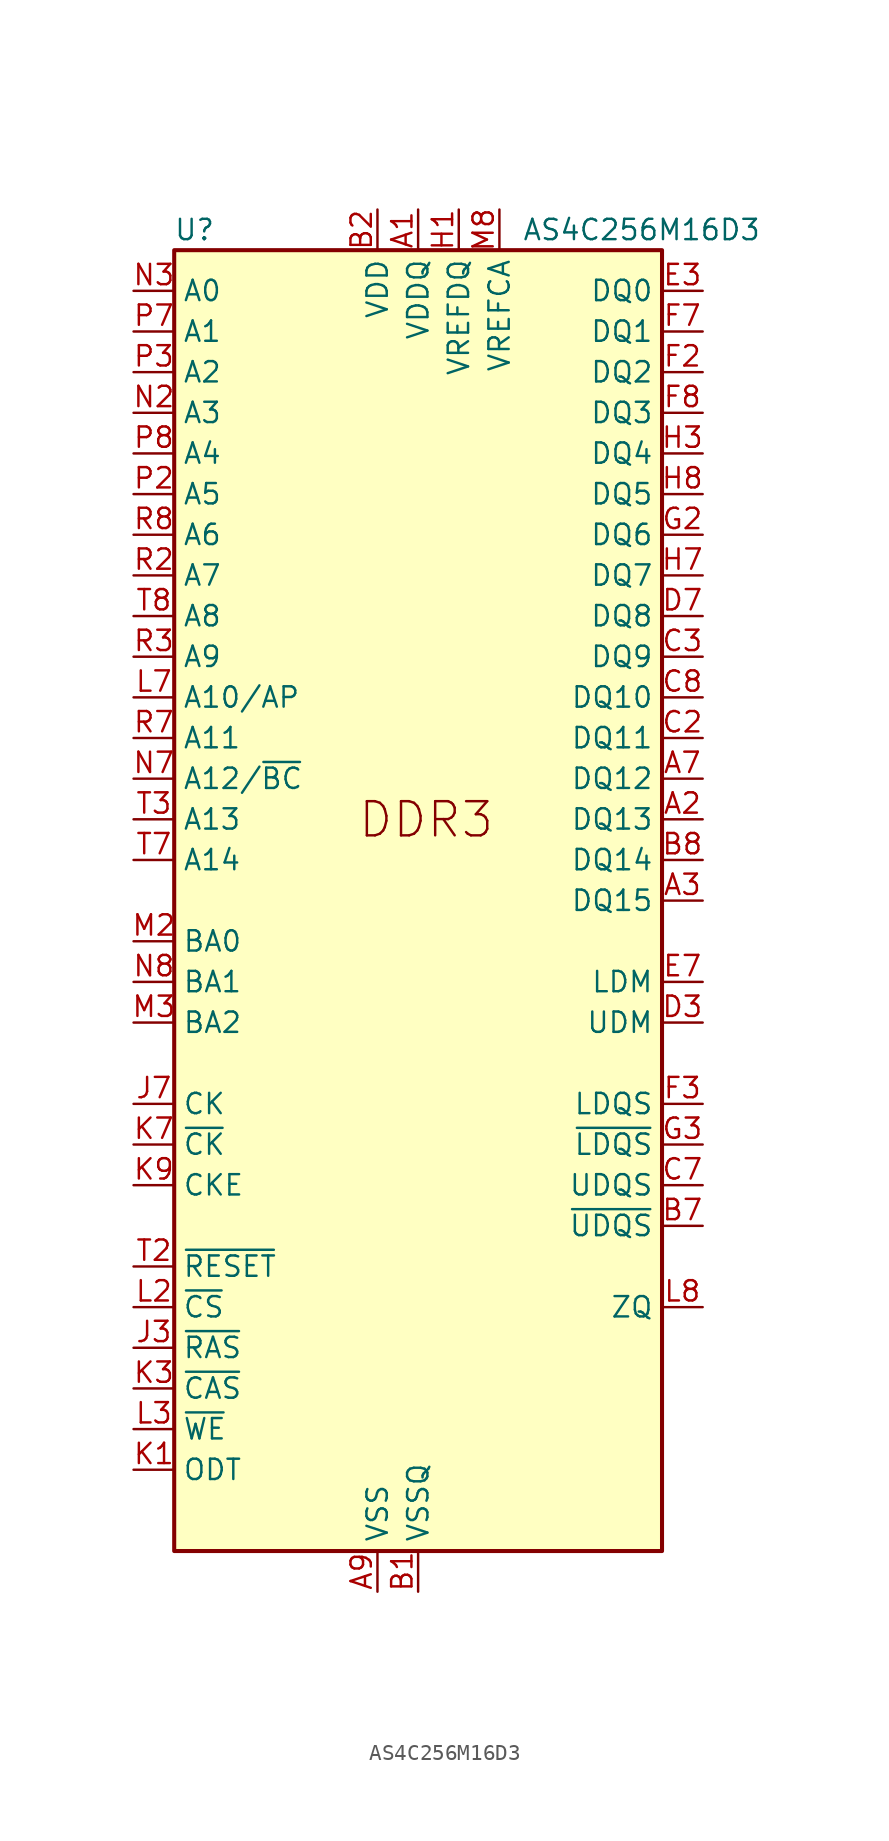
<source format=kicad_sym>
(kicad_symbol_lib
  (version 20201005)
  (generator kicad_symbol_editor)
  (symbol "Memory_RAM:AS4C256M16D3"
    (property "Reference" "U"
      (at -13.97 41.91 0)
      (effects (font (size 1.27 1.27))))
    (property "Value" "AS4C256M16D3"
      (at 13.97 41.91 0)
      (effects (font (size 1.27 1.27))))
    (symbol "AS4C256M16D3_0_1"
      (rectangle (start -15.24 -40.64) (end 15.24 40.64) (stroke (width 0.254)) (fill (type background)))
      (pin power_in line (at 0 43.18 270) (length 2.54) (name "VDDQ" (effects (font (size 1.27 1.27)))) (number "A1" (effects (font (size 1.27 1.27)))))
      (pin passive line (at 0 43.18 270) (length 2.54) hide (name "VDDQ" (effects (font (size 1.27 1.27)))) (number "A8" (effects (font (size 1.27 1.27)))))
      (pin power_in line (at -2.54 -43.18 90) (length 2.54) (name "VSS" (effects (font (size 1.27 1.27)))) (number "A9" (effects (font (size 1.27 1.27)))))
      (pin power_in line (at 0 -43.18 90) (length 2.54) (name "VSSQ" (effects (font (size 1.27 1.27)))) (number "B1" (effects (font (size 1.27 1.27)))))
      (pin power_in line (at -2.54 43.18 270) (length 2.54) (name "VDD" (effects (font (size 1.27 1.27)))) (number "B2" (effects (font (size 1.27 1.27)))))
      (pin passive line (at -2.54 -43.18 90) (length 2.54) hide (name "VSS" (effects (font (size 1.27 1.27)))) (number "B3" (effects (font (size 1.27 1.27)))))
      (pin passive line (at 0 -43.18 90) (length 2.54) hide (name "VSSQ" (effects (font (size 1.27 1.27)))) (number "B9" (effects (font (size 1.27 1.27)))))
      (pin passive line (at 0 43.18 270) (length 2.54) hide (name "VDDQ" (effects (font (size 1.27 1.27)))) (number "C1" (effects (font (size 1.27 1.27)))))
      (pin passive line (at 0 43.18 270) (length 2.54) hide (name "VDDQ" (effects (font (size 1.27 1.27)))) (number "C9" (effects (font (size 1.27 1.27)))))
      (pin passive line (at 0 -43.18 90) (length 2.54) hide (name "VSSQ" (effects (font (size 1.27 1.27)))) (number "D1" (effects (font (size 1.27 1.27)))))
      (pin passive line (at 0 43.18 270) (length 2.54) hide (name "VDDQ" (effects (font (size 1.27 1.27)))) (number "D2" (effects (font (size 1.27 1.27)))))
      (pin passive line (at 0 -43.18 90) (length 2.54) hide (name "VSSQ" (effects (font (size 1.27 1.27)))) (number "D8" (effects (font (size 1.27 1.27)))))
      (pin passive line (at -2.54 43.18 270) (length 2.54) hide (name "VDD" (effects (font (size 1.27 1.27)))) (number "D9" (effects (font (size 1.27 1.27)))))
      (pin passive line (at -2.54 -43.18 90) (length 2.54) hide (name "VSS" (effects (font (size 1.27 1.27)))) (number "E1" (effects (font (size 1.27 1.27)))))
      (pin passive line (at 0 -43.18 90) (length 2.54) hide (name "VSSQ" (effects (font (size 1.27 1.27)))) (number "E2" (effects (font (size 1.27 1.27)))))
      (pin bidirectional line (at 17.78 38.1 180) (length 2.54) (name "DQ0" (effects (font (size 1.27 1.27)))) (number "E3" (effects (font (size 1.27 1.27)))))
      (pin passive line (at 0 -43.18 90) (length 2.54) hide (name "VSSQ" (effects (font (size 1.27 1.27)))) (number "E8" (effects (font (size 1.27 1.27)))))
      (pin passive line (at 0 43.18 270) (length 2.54) hide (name "VDDQ" (effects (font (size 1.27 1.27)))) (number "E9" (effects (font (size 1.27 1.27)))))
      (pin passive line (at 0 43.18 270) (length 2.54) hide (name "VDDQ" (effects (font (size 1.27 1.27)))) (number "F1" (effects (font (size 1.27 1.27)))))
      (pin bidirectional line (at 17.78 33.02 180) (length 2.54) (name "DQ2" (effects (font (size 1.27 1.27)))) (number "F2" (effects (font (size 1.27 1.27)))))
      (pin bidirectional line (at 17.78 35.56 180) (length 2.54) (name "DQ1" (effects (font (size 1.27 1.27)))) (number "F7" (effects (font (size 1.27 1.27)))))
      (pin bidirectional line (at 17.78 30.48 180) (length 2.54) (name "DQ3" (effects (font (size 1.27 1.27)))) (number "F8" (effects (font (size 1.27 1.27)))))
      (pin passive line (at 0 -43.18 90) (length 2.54) hide (name "VSSQ" (effects (font (size 1.27 1.27)))) (number "F9" (effects (font (size 1.27 1.27)))))
      (pin passive line (at 0 -43.18 90) (length 2.54) hide (name "VSSQ" (effects (font (size 1.27 1.27)))) (number "G1" (effects (font (size 1.27 1.27)))))
      (pin bidirectional line (at 17.78 22.86 180) (length 2.54) (name "DQ6" (effects (font (size 1.27 1.27)))) (number "G2" (effects (font (size 1.27 1.27)))))
      (pin passive line (at -2.54 43.18 270) (length 2.54) hide (name "VDD" (effects (font (size 1.27 1.27)))) (number "G7" (effects (font (size 1.27 1.27)))))
      (pin passive line (at -2.54 -43.18 90) (length 2.54) hide (name "VSS" (effects (font (size 1.27 1.27)))) (number "G8" (effects (font (size 1.27 1.27)))))
      (pin passive line (at 0 -43.18 90) (length 2.54) hide (name "VSSQ" (effects (font (size 1.27 1.27)))) (number "G9" (effects (font (size 1.27 1.27)))))
      (pin power_in line (at 2.54 43.18 270) (length 2.54) (name "VREFDQ" (effects (font (size 1.27 1.27)))) (number "H1" (effects (font (size 1.27 1.27)))))
      (pin passive line (at 0 43.18 270) (length 2.54) hide (name "VDDQ" (effects (font (size 1.27 1.27)))) (number "H2" (effects (font (size 1.27 1.27)))))
      (pin bidirectional line (at 17.78 27.94 180) (length 2.54) (name "DQ4" (effects (font (size 1.27 1.27)))) (number "H3" (effects (font (size 1.27 1.27)))))
      (pin bidirectional line (at 17.78 20.32 180) (length 2.54) (name "DQ7" (effects (font (size 1.27 1.27)))) (number "H7" (effects (font (size 1.27 1.27)))))
      (pin bidirectional line (at 17.78 25.4 180) (length 2.54) (name "DQ5" (effects (font (size 1.27 1.27)))) (number "H8" (effects (font (size 1.27 1.27)))))
      (pin passive line (at 0 43.18 270) (length 2.54) hide (name "VDDQ" (effects (font (size 1.27 1.27)))) (number "H9" (effects (font (size 1.27 1.27)))))
      (pin passive line (at -2.54 -43.18 90) (length 2.54) hide (name "VSS" (effects (font (size 1.27 1.27)))) (number "J2" (effects (font (size 1.27 1.27)))))
      (pin passive line (at -2.54 -43.18 90) (length 2.54) hide (name "VSS" (effects (font (size 1.27 1.27)))) (number "J8" (effects (font (size 1.27 1.27)))))
      (pin passive line (at -2.54 43.18 270) (length 2.54) hide (name "VDD" (effects (font (size 1.27 1.27)))) (number "K2" (effects (font (size 1.27 1.27)))))
      (pin passive line (at -2.54 43.18 270) (length 2.54) hide (name "VDD" (effects (font (size 1.27 1.27)))) (number "K8" (effects (font (size 1.27 1.27)))))
      (pin input line (at -17.78 -25.4 0) (length 2.54) (name "~CS" (effects (font (size 1.27 1.27)))) (number "L2" (effects (font (size 1.27 1.27)))))
      (pin input line (at -17.78 12.7 0) (length 2.54) (name "A10/AP" (effects (font (size 1.27 1.27)))) (number "L7" (effects (font (size 1.27 1.27)))))
      (pin passive line (at -2.54 -43.18 90) (length 2.54) hide (name "VSS" (effects (font (size 1.27 1.27)))) (number "M1" (effects (font (size 1.27 1.27)))))
      (pin passive line (at -2.54 -43.18 90) (length 2.54) hide (name "VSS" (effects (font (size 1.27 1.27)))) (number "M9" (effects (font (size 1.27 1.27)))))
      (pin passive line (at -2.54 43.18 270) (length 2.54) hide (name "VDD" (effects (font (size 1.27 1.27)))) (number "N1" (effects (font (size 1.27 1.27)))))
      (pin input line (at -17.78 30.48 0) (length 2.54) (name "A3" (effects (font (size 1.27 1.27)))) (number "N2" (effects (font (size 1.27 1.27)))))
      (pin input line (at -17.78 38.1 0) (length 2.54) (name "A0" (effects (font (size 1.27 1.27)))) (number "N3" (effects (font (size 1.27 1.27)))))
      (pin input line (at -17.78 7.62 0) (length 2.54) (name "A12/~BC" (effects (font (size 1.27 1.27)))) (number "N7" (effects (font (size 1.27 1.27)))))
      (pin passive line (at -2.54 43.18 270) (length 2.54) hide (name "VDD" (effects (font (size 1.27 1.27)))) (number "N9" (effects (font (size 1.27 1.27)))))
      (pin passive line (at -2.54 -43.18 90) (length 2.54) hide (name "VSS" (effects (font (size 1.27 1.27)))) (number "P1" (effects (font (size 1.27 1.27)))))
      (pin input line (at -17.78 25.4 0) (length 2.54) (name "A5" (effects (font (size 1.27 1.27)))) (number "P2" (effects (font (size 1.27 1.27)))))
      (pin input line (at -17.78 33.02 0) (length 2.54) (name "A2" (effects (font (size 1.27 1.27)))) (number "P3" (effects (font (size 1.27 1.27)))))
      (pin input line (at -17.78 35.56 0) (length 2.54) (name "A1" (effects (font (size 1.27 1.27)))) (number "P7" (effects (font (size 1.27 1.27)))))
      (pin input line (at -17.78 27.94 0) (length 2.54) (name "A4" (effects (font (size 1.27 1.27)))) (number "P8" (effects (font (size 1.27 1.27)))))
      (pin passive line (at -2.54 -43.18 90) (length 2.54) hide (name "VSS" (effects (font (size 1.27 1.27)))) (number "P9" (effects (font (size 1.27 1.27)))))
      (pin passive line (at -2.54 43.18 270) (length 2.54) hide (name "VDD" (effects (font (size 1.27 1.27)))) (number "R1" (effects (font (size 1.27 1.27)))))
      (pin input line (at -17.78 20.32 0) (length 2.54) (name "A7" (effects (font (size 1.27 1.27)))) (number "R2" (effects (font (size 1.27 1.27)))))
      (pin input line (at -17.78 15.24 0) (length 2.54) (name "A9" (effects (font (size 1.27 1.27)))) (number "R3" (effects (font (size 1.27 1.27)))))
      (pin input line (at -17.78 10.16 0) (length 2.54) (name "A11" (effects (font (size 1.27 1.27)))) (number "R7" (effects (font (size 1.27 1.27)))))
      (pin input line (at -17.78 22.86 0) (length 2.54) (name "A6" (effects (font (size 1.27 1.27)))) (number "R8" (effects (font (size 1.27 1.27)))))
      (pin passive line (at -2.54 43.18 270) (length 2.54) hide (name "VDD" (effects (font (size 1.27 1.27)))) (number "R9" (effects (font (size 1.27 1.27)))))
      (pin passive line (at -2.54 -43.18 90) (length 2.54) hide (name "VSS" (effects (font (size 1.27 1.27)))) (number "T1" (effects (font (size 1.27 1.27)))))
      (pin input line (at -17.78 -22.86 0) (length 2.54) (name "~RESET" (effects (font (size 1.27 1.27)))) (number "T2" (effects (font (size 1.27 1.27)))))
      (pin input line (at -17.78 5.08 0) (length 2.54) (name "A13" (effects (font (size 1.27 1.27)))) (number "T3" (effects (font (size 1.27 1.27)))))
      (pin input line (at -17.78 2.54 0) (length 2.54) (name "A14" (effects (font (size 1.27 1.27)))) (number "T7" (effects (font (size 1.27 1.27)))))
      (pin input line (at -17.78 17.78 0) (length 2.54) (name "A8" (effects (font (size 1.27 1.27)))) (number "T8" (effects (font (size 1.27 1.27)))))
      (pin passive line (at -2.54 -43.18 90) (length 2.54) hide (name "VSS" (effects (font (size 1.27 1.27)))) (number "T9" (effects (font (size 1.27 1.27))))))
    (symbol "AS4C256M16D3_1_1"
      (text "DDR3" (at -3.81 3.81 0) (effects (font (size 2.134 2.134)) (justify left bottom)))
      (pin bidirectional line (at 17.78 5.08 180) (length 2.54) (name "DQ13" (effects (font (size 1.27 1.27)))) (number "A2" (effects (font (size 1.27 1.27)))))
      (pin bidirectional line (at 17.78 0 180) (length 2.54) (name "DQ15" (effects (font (size 1.27 1.27)))) (number "A3" (effects (font (size 1.27 1.27)))))
      (pin bidirectional line (at 17.78 7.62 180) (length 2.54) (name "DQ12" (effects (font (size 1.27 1.27)))) (number "A7" (effects (font (size 1.27 1.27)))))
      (pin bidirectional line (at 17.78 -20.32 180) (length 2.54) (name "~UDQS" (effects (font (size 1.27 1.27)))) (number "B7" (effects (font (size 1.27 1.27)))))
      (pin bidirectional line (at 17.78 2.54 180) (length 2.54) (name "DQ14" (effects (font (size 1.27 1.27)))) (number "B8" (effects (font (size 1.27 1.27)))))
      (pin bidirectional line (at 17.78 10.16 180) (length 2.54) (name "DQ11" (effects (font (size 1.27 1.27)))) (number "C2" (effects (font (size 1.27 1.27)))))
      (pin bidirectional line (at 17.78 15.24 180) (length 2.54) (name "DQ9" (effects (font (size 1.27 1.27)))) (number "C3" (effects (font (size 1.27 1.27)))))
      (pin bidirectional line (at 17.78 -17.78 180) (length 2.54) (name "UDQS" (effects (font (size 1.27 1.27)))) (number "C7" (effects (font (size 1.27 1.27)))))
      (pin bidirectional line (at 17.78 12.7 180) (length 2.54) (name "DQ10" (effects (font (size 1.27 1.27)))) (number "C8" (effects (font (size 1.27 1.27)))))
      (pin input line (at 17.78 -7.62 180) (length 2.54) (name "UDM" (effects (font (size 1.27 1.27)))) (number "D3" (effects (font (size 1.27 1.27)))))
      (pin bidirectional line (at 17.78 17.78 180) (length 2.54) (name "DQ8" (effects (font (size 1.27 1.27)))) (number "D7" (effects (font (size 1.27 1.27)))))
      (pin input line (at 17.78 -5.08 180) (length 2.54) (name "LDM" (effects (font (size 1.27 1.27)))) (number "E7" (effects (font (size 1.27 1.27)))))
      (pin bidirectional line (at 17.78 -12.7 180) (length 2.54) (name "LDQS" (effects (font (size 1.27 1.27)))) (number "F3" (effects (font (size 1.27 1.27)))))
      (pin bidirectional line (at 17.78 -15.24 180) (length 2.54) (name "~LDQS" (effects (font (size 1.27 1.27)))) (number "G3" (effects (font (size 1.27 1.27)))))
      (pin no_connect line (at 15.24 -27.94 180) (length 2.54) hide (name "NC" (effects (font (size 1.27 1.27)))) (number "J1" (effects (font (size 1.27 1.27)))))
      (pin input line (at -17.78 -27.94 0) (length 2.54) (name "~RAS" (effects (font (size 1.27 1.27)))) (number "J3" (effects (font (size 1.27 1.27)))))
      (pin input line (at -17.78 -12.7 0) (length 2.54) (name "CK" (effects (font (size 1.27 1.27)))) (number "J7" (effects (font (size 1.27 1.27)))))
      (pin no_connect line (at 15.24 -30.48 180) (length 2.54) hide (name "NC" (effects (font (size 1.27 1.27)))) (number "J9" (effects (font (size 1.27 1.27)))))
      (pin input line (at -17.78 -35.56 0) (length 2.54) (name "ODT" (effects (font (size 1.27 1.27)))) (number "K1" (effects (font (size 1.27 1.27)))))
      (pin input line (at -17.78 -30.48 0) (length 2.54) (name "~CAS" (effects (font (size 1.27 1.27)))) (number "K3" (effects (font (size 1.27 1.27)))))
      (pin input line (at -17.78 -15.24 0) (length 2.54) (name "~CK" (effects (font (size 1.27 1.27)))) (number "K7" (effects (font (size 1.27 1.27)))))
      (pin input line (at -17.78 -17.78 0) (length 2.54) (name "CKE" (effects (font (size 1.27 1.27)))) (number "K9" (effects (font (size 1.27 1.27)))))
      (pin no_connect line (at 15.24 -33.02 180) (length 2.54) hide (name "NC" (effects (font (size 1.27 1.27)))) (number "L1" (effects (font (size 1.27 1.27)))))
      (pin input line (at -17.78 -33.02 0) (length 2.54) (name "~WE" (effects (font (size 1.27 1.27)))) (number "L3" (effects (font (size 1.27 1.27)))))
      (pin input line (at 17.78 -25.4 180) (length 2.54) (name "ZQ" (effects (font (size 1.27 1.27)))) (number "L8" (effects (font (size 1.27 1.27)))))
      (pin no_connect line (at 15.24 -35.56 180) (length 2.54) hide (name "NC" (effects (font (size 1.27 1.27)))) (number "L9" (effects (font (size 1.27 1.27)))))
      (pin input line (at -17.78 -2.54 0) (length 2.54) (name "BA0" (effects (font (size 1.27 1.27)))) (number "M2" (effects (font (size 1.27 1.27)))))
      (pin input line (at -17.78 -7.62 0) (length 2.54) (name "BA2" (effects (font (size 1.27 1.27)))) (number "M3" (effects (font (size 1.27 1.27)))))
      (pin no_connect line (at 15.24 -38.1 180) (length 2.54) hide (name "NC" (effects (font (size 1.27 1.27)))) (number "M7" (effects (font (size 1.27 1.27)))))
      (pin power_in line (at 5.08 43.18 270) (length 2.54) (name "VREFCA" (effects (font (size 1.27 1.27)))) (number "M8" (effects (font (size 1.27 1.27)))))
      (pin input line (at -17.78 -5.08 0) (length 2.54) (name "BA1" (effects (font (size 1.27 1.27)))) (number "N8" (effects (font (size 1.27 1.27))))))))
</source>
